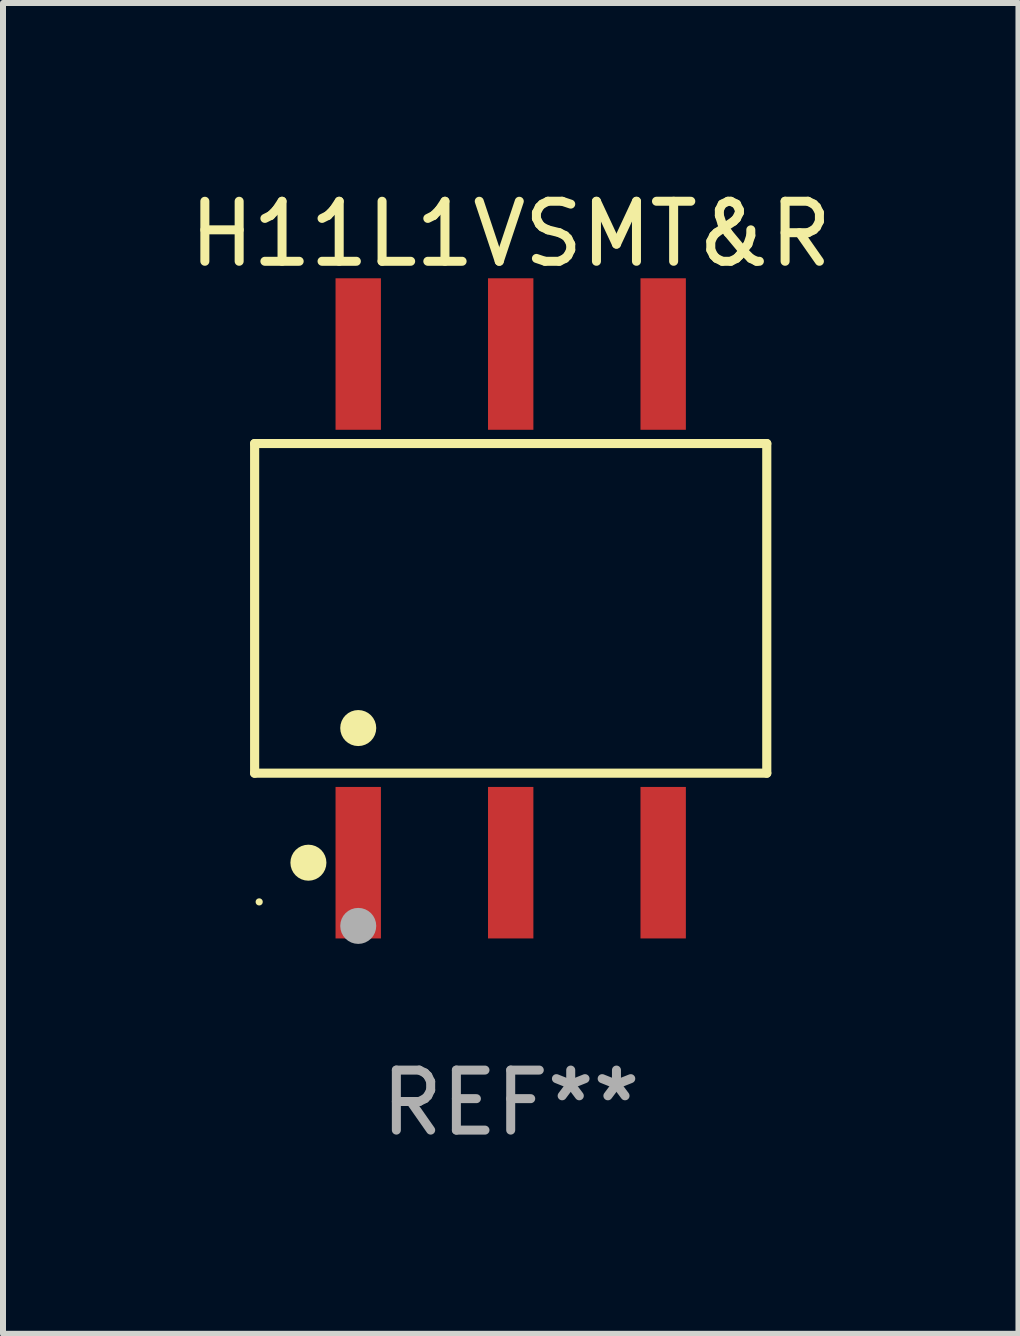
<source format=kicad_pcb>
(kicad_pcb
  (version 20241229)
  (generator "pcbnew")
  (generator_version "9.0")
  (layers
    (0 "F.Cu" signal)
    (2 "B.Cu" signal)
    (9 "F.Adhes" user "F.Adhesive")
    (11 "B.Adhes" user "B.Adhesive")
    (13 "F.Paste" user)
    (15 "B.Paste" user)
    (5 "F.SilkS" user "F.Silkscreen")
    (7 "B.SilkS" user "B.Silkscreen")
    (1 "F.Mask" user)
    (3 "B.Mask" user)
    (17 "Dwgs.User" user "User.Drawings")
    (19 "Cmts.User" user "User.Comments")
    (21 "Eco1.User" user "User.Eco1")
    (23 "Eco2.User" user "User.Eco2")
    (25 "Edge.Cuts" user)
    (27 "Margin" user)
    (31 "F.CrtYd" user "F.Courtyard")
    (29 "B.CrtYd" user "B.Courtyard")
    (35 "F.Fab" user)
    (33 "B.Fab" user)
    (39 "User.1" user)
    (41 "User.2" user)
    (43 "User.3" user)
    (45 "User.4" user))
  (footprint "H11L1VSMT&R"
    (layer "F.Cu")
    (at 5.458 7.085)
    (property "Reference" "H11L1VSMT&R" (at 0 -6.237 0) (layer "F.SilkS") (effects (font (size 1 1) (thickness 0.15))))
    (attr through_hole)
    (fp_line (start -4.266 -2.746) (end 4.266 -2.746) (stroke (width 0.152) (type solid)) (layer "F.SilkS"))
    (fp_line (start -4.266 2.746) (end -4.266 -2.746) (stroke (width 0.152) (type solid)) (layer "F.SilkS"))
    (fp_line (start 4.266 -2.746) (end 4.266 2.746) (stroke (width 0.152) (type solid)) (layer "F.SilkS"))
    (fp_line (start 4.266 2.746) (end -4.266 2.746) (stroke (width 0.152) (type solid)) (layer "F.SilkS"))
    (fp_circle (center -4.19 4.89) (end -4.16 4.89) (stroke (width 0.06) (type solid)) (fill no) (layer "F.SilkS"))
    (fp_circle (center -3.37 4.237) (end -3.22 4.237) (stroke (width 0.3) (type solid)) (fill no) (layer "F.SilkS"))
    (fp_circle (center -2.54 1.994) (end -2.39 1.994) (stroke (width 0.3) (type solid)) (fill no) (layer "F.SilkS"))
    (fp_circle (center -2.54 5.29) (end -2.39 5.29) (stroke (width 0.3) (type solid)) (fill no) (layer "F.Fab"))
    (fp_text user "REF**" (at 0 8.237 0) (layer "F.Fab") (effects (font (size 1 1) (thickness 0.15))))
    (pad "1" smd rect (at -2.54 4.237) (size 0.756 2.524) (layers "F.Cu" "F.Mask" "F.Paste"))
    (pad "2" smd rect (at 0 4.237) (size 0.756 2.524) (layers "F.Cu" "F.Mask" "F.Paste"))
    (pad "3" smd rect (at 2.54 4.237) (size 0.756 2.524) (layers "F.Cu" "F.Mask" "F.Paste"))
    (pad "4" smd rect (at 2.54 -4.237) (size 0.756 2.524) (layers "F.Cu" "F.Mask" "F.Paste"))
    (pad "5" smd rect (at 0 -4.237) (size 0.756 2.524) (layers "F.Cu" "F.Mask" "F.Paste"))
    (pad "6" smd rect (at -2.54 -4.237) (size 0.756 2.524) (layers "F.Cu" "F.Mask" "F.Paste")))
  (gr_rect
    (start -3 -3)
    (end 13.917 19.17)
    (stroke (width 0.1) (type default))
    (fill no)
    (layer "Edge.Cuts")))
</source>
